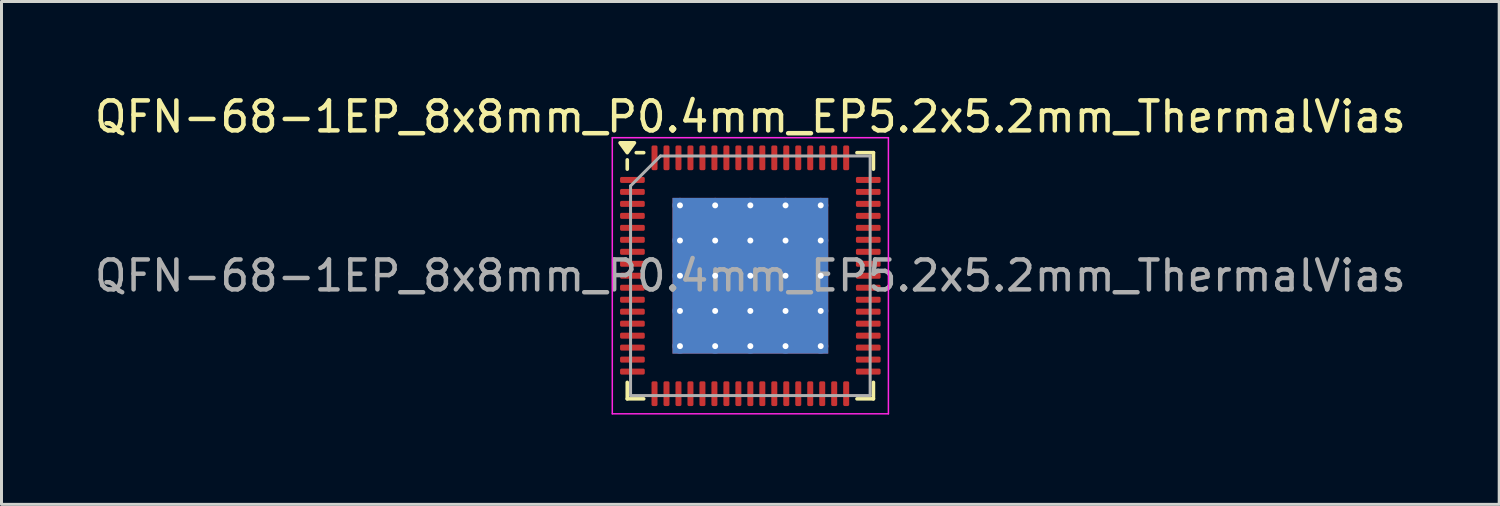
<source format=kicad_pcb>
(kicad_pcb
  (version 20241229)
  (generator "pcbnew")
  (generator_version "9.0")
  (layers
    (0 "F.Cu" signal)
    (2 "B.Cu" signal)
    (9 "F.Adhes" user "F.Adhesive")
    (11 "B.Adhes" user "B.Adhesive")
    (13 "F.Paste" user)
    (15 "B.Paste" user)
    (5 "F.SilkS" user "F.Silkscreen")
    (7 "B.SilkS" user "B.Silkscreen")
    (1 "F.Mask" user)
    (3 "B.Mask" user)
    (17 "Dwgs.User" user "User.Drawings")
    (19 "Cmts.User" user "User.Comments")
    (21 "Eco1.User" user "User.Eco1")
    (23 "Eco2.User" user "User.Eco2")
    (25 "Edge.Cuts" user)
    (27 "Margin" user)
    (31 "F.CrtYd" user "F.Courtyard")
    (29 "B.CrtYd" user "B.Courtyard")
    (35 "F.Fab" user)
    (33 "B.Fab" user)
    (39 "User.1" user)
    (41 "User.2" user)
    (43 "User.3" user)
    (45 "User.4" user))
  (footprint "QFN-68-1EP_8x8mm_P0.4mm_EP5.2x5.2mm_ThermalVias"
    (layer "F.Cu")
    (at 22.006 6.158)
    (property "Reference" "QFN-68-1EP_8x8mm_P0.4mm_EP5.2x5.2mm_ThermalVias" (at 0 -5.31 0) (layer "F.SilkS") (effects (font (size 1 1) (thickness 0.15))))
    (attr smd)
    (fp_line (start -4.11 -3.56) (end -4.11 -3.87) (stroke (width 0.12) (type solid)) (layer "F.SilkS"))
    (fp_line (start -4.11 4.11) (end -4.11 3.56) (stroke (width 0.12) (type solid)) (layer "F.SilkS"))
    (fp_line (start -3.56 -4.11) (end -3.81 -4.11) (stroke (width 0.12) (type solid)) (layer "F.SilkS"))
    (fp_line (start -3.56 4.11) (end -4.11 4.11) (stroke (width 0.12) (type solid)) (layer "F.SilkS"))
    (fp_line (start 3.56 -4.11) (end 4.11 -4.11) (stroke (width 0.12) (type solid)) (layer "F.SilkS"))
    (fp_line (start 3.56 4.11) (end 4.11 4.11) (stroke (width 0.12) (type solid)) (layer "F.SilkS"))
    (fp_line (start 4.11 -4.11) (end 4.11 -3.56) (stroke (width 0.12) (type solid)) (layer "F.SilkS"))
    (fp_line (start 4.11 4.11) (end 4.11 3.56) (stroke (width 0.12) (type solid)) (layer "F.SilkS"))
    (fp_poly (pts (xy -4.11 -4.11) (xy -4.35 -4.44) (xy -3.87 -4.44) (xy -4.11 -4.11)) (stroke (width 0.12) (type solid)) (fill yes) (layer "F.SilkS"))
    (fp_line (start -4.61 -4.61) (end -4.61 4.61) (stroke (width 0.05) (type solid)) (layer "F.CrtYd"))
    (fp_line (start -4.61 4.61) (end 4.61 4.61) (stroke (width 0.05) (type solid)) (layer "F.CrtYd"))
    (fp_line (start 4.61 -4.61) (end -4.61 -4.61) (stroke (width 0.05) (type solid)) (layer "F.CrtYd"))
    (fp_line (start 4.61 4.61) (end 4.61 -4.61) (stroke (width 0.05) (type solid)) (layer "F.CrtYd"))
    (fp_line (start -4 -3) (end -3 -4) (stroke (width 0.1) (type solid)) (layer "F.Fab"))
    (fp_line (start -4 4) (end -4 -3) (stroke (width 0.1) (type solid)) (layer "F.Fab"))
    (fp_line (start -3 -4) (end 4 -4) (stroke (width 0.1) (type solid)) (layer "F.Fab"))
    (fp_line (start 4 -4) (end 4 4) (stroke (width 0.1) (type solid)) (layer "F.Fab"))
    (fp_line (start 4 4) (end -4 4) (stroke (width 0.1) (type solid)) (layer "F.Fab"))
    (fp_text user "${REFERENCE}" (at 0 0 0) (layer "F.Fab") (effects (font (size 1 1) (thickness 0.15))))
    (pad "" smd roundrect (at -1.762 -1.762) (size 1.007 1.007) (layers "F.Paste") (roundrect_rratio 0.248))
    (pad "" smd roundrect (at -1.762 -0.588) (size 1.007 1.007) (layers "F.Paste") (roundrect_rratio 0.248))
    (pad "" smd roundrect (at -1.762 0.588) (size 1.007 1.007) (layers "F.Paste") (roundrect_rratio 0.248))
    (pad "" smd roundrect (at -1.762 1.762) (size 1.007 1.007) (layers "F.Paste") (roundrect_rratio 0.248))
    (pad "" smd roundrect (at -0.588 -1.762) (size 1.007 1.007) (layers "F.Paste") (roundrect_rratio 0.248))
    (pad "" smd roundrect (at -0.588 -0.588) (size 1.007 1.007) (layers "F.Paste") (roundrect_rratio 0.248))
    (pad "" smd roundrect (at -0.588 0.588) (size 1.007 1.007) (layers "F.Paste") (roundrect_rratio 0.248))
    (pad "" smd roundrect (at -0.588 1.762) (size 1.007 1.007) (layers "F.Paste") (roundrect_rratio 0.248))
    (pad "" smd roundrect (at 0.588 -1.762) (size 1.007 1.007) (layers "F.Paste") (roundrect_rratio 0.248))
    (pad "" smd roundrect (at 0.588 -0.588) (size 1.007 1.007) (layers "F.Paste") (roundrect_rratio 0.248))
    (pad "" smd roundrect (at 0.588 0.588) (size 1.007 1.007) (layers "F.Paste") (roundrect_rratio 0.248))
    (pad "" smd roundrect (at 0.588 1.762) (size 1.007 1.007) (layers "F.Paste") (roundrect_rratio 0.248))
    (pad "" smd roundrect (at 1.762 -1.762) (size 1.007 1.007) (layers "F.Paste") (roundrect_rratio 0.248))
    (pad "" smd roundrect (at 1.762 -0.588) (size 1.007 1.007) (layers "F.Paste") (roundrect_rratio 0.248))
    (pad "" smd roundrect (at 1.762 0.588) (size 1.007 1.007) (layers "F.Paste") (roundrect_rratio 0.248))
    (pad "" smd roundrect (at 1.762 1.762) (size 1.007 1.007) (layers "F.Paste") (roundrect_rratio 0.248))
    (pad "1" smd roundrect (at -3.938 -3.2) (size 0.825 0.2) (layers "F.Cu" "F.Mask" "F.Paste") (roundrect_rratio 0.25))
    (pad "2" smd roundrect (at -3.938 -2.8) (size 0.825 0.2) (layers "F.Cu" "F.Mask" "F.Paste") (roundrect_rratio 0.25))
    (pad "3" smd roundrect (at -3.938 -2.4) (size 0.825 0.2) (layers "F.Cu" "F.Mask" "F.Paste") (roundrect_rratio 0.25))
    (pad "4" smd roundrect (at -3.938 -2) (size 0.825 0.2) (layers "F.Cu" "F.Mask" "F.Paste") (roundrect_rratio 0.25))
    (pad "5" smd roundrect (at -3.938 -1.6) (size 0.825 0.2) (layers "F.Cu" "F.Mask" "F.Paste") (roundrect_rratio 0.25))
    (pad "6" smd roundrect (at -3.938 -1.2) (size 0.825 0.2) (layers "F.Cu" "F.Mask" "F.Paste") (roundrect_rratio 0.25))
    (pad "7" smd roundrect (at -3.938 -0.8) (size 0.825 0.2) (layers "F.Cu" "F.Mask" "F.Paste") (roundrect_rratio 0.25))
    (pad "8" smd roundrect (at -3.938 -0.4) (size 0.825 0.2) (layers "F.Cu" "F.Mask" "F.Paste") (roundrect_rratio 0.25))
    (pad "9" smd roundrect (at -3.938 0) (size 0.825 0.2) (layers "F.Cu" "F.Mask" "F.Paste") (roundrect_rratio 0.25))
    (pad "10" smd roundrect (at -3.938 0.4) (size 0.825 0.2) (layers "F.Cu" "F.Mask" "F.Paste") (roundrect_rratio 0.25))
    (pad "11" smd roundrect (at -3.938 0.8) (size 0.825 0.2) (layers "F.Cu" "F.Mask" "F.Paste") (roundrect_rratio 0.25))
    (pad "12" smd roundrect (at -3.938 1.2) (size 0.825 0.2) (layers "F.Cu" "F.Mask" "F.Paste") (roundrect_rratio 0.25))
    (pad "13" smd roundrect (at -3.938 1.6) (size 0.825 0.2) (layers "F.Cu" "F.Mask" "F.Paste") (roundrect_rratio 0.25))
    (pad "14" smd roundrect (at -3.938 2) (size 0.825 0.2) (layers "F.Cu" "F.Mask" "F.Paste") (roundrect_rratio 0.25))
    (pad "15" smd roundrect (at -3.938 2.4) (size 0.825 0.2) (layers "F.Cu" "F.Mask" "F.Paste") (roundrect_rratio 0.25))
    (pad "16" smd roundrect (at -3.938 2.8) (size 0.825 0.2) (layers "F.Cu" "F.Mask" "F.Paste") (roundrect_rratio 0.25))
    (pad "17" smd roundrect (at -3.938 3.2) (size 0.825 0.2) (layers "F.Cu" "F.Mask" "F.Paste") (roundrect_rratio 0.25))
    (pad "18" smd roundrect (at -3.2 3.938) (size 0.2 0.825) (layers "F.Cu" "F.Mask" "F.Paste") (roundrect_rratio 0.25))
    (pad "19" smd roundrect (at -2.8 3.938) (size 0.2 0.825) (layers "F.Cu" "F.Mask" "F.Paste") (roundrect_rratio 0.25))
    (pad "20" smd roundrect (at -2.4 3.938) (size 0.2 0.825) (layers "F.Cu" "F.Mask" "F.Paste") (roundrect_rratio 0.25))
    (pad "21" smd roundrect (at -2 3.938) (size 0.2 0.825) (layers "F.Cu" "F.Mask" "F.Paste") (roundrect_rratio 0.25))
    (pad "22" smd roundrect (at -1.6 3.938) (size 0.2 0.825) (layers "F.Cu" "F.Mask" "F.Paste") (roundrect_rratio 0.25))
    (pad "23" smd roundrect (at -1.2 3.938) (size 0.2 0.825) (layers "F.Cu" "F.Mask" "F.Paste") (roundrect_rratio 0.25))
    (pad "24" smd roundrect (at -0.8 3.938) (size 0.2 0.825) (layers "F.Cu" "F.Mask" "F.Paste") (roundrect_rratio 0.25))
    (pad "25" smd roundrect (at -0.4 3.938) (size 0.2 0.825) (layers "F.Cu" "F.Mask" "F.Paste") (roundrect_rratio 0.25))
    (pad "26" smd roundrect (at 0 3.938) (size 0.2 0.825) (layers "F.Cu" "F.Mask" "F.Paste") (roundrect_rratio 0.25))
    (pad "27" smd roundrect (at 0.4 3.938) (size 0.2 0.825) (layers "F.Cu" "F.Mask" "F.Paste") (roundrect_rratio 0.25))
    (pad "28" smd roundrect (at 0.8 3.938) (size 0.2 0.825) (layers "F.Cu" "F.Mask" "F.Paste") (roundrect_rratio 0.25))
    (pad "29" smd roundrect (at 1.2 3.938) (size 0.2 0.825) (layers "F.Cu" "F.Mask" "F.Paste") (roundrect_rratio 0.25))
    (pad "30" smd roundrect (at 1.6 3.938) (size 0.2 0.825) (layers "F.Cu" "F.Mask" "F.Paste") (roundrect_rratio 0.25))
    (pad "31" smd roundrect (at 2 3.938) (size 0.2 0.825) (layers "F.Cu" "F.Mask" "F.Paste") (roundrect_rratio 0.25))
    (pad "32" smd roundrect (at 2.4 3.938) (size 0.2 0.825) (layers "F.Cu" "F.Mask" "F.Paste") (roundrect_rratio 0.25))
    (pad "33" smd roundrect (at 2.8 3.938) (size 0.2 0.825) (layers "F.Cu" "F.Mask" "F.Paste") (roundrect_rratio 0.25))
    (pad "34" smd roundrect (at 3.2 3.938) (size 0.2 0.825) (layers "F.Cu" "F.Mask" "F.Paste") (roundrect_rratio 0.25))
    (pad "35" smd roundrect (at 3.938 3.2) (size 0.825 0.2) (layers "F.Cu" "F.Mask" "F.Paste") (roundrect_rratio 0.25))
    (pad "36" smd roundrect (at 3.938 2.8) (size 0.825 0.2) (layers "F.Cu" "F.Mask" "F.Paste") (roundrect_rratio 0.25))
    (pad "37" smd roundrect (at 3.938 2.4) (size 0.825 0.2) (layers "F.Cu" "F.Mask" "F.Paste") (roundrect_rratio 0.25))
    (pad "38" smd roundrect (at 3.938 2) (size 0.825 0.2) (layers "F.Cu" "F.Mask" "F.Paste") (roundrect_rratio 0.25))
    (pad "39" smd roundrect (at 3.938 1.6) (size 0.825 0.2) (layers "F.Cu" "F.Mask" "F.Paste") (roundrect_rratio 0.25))
    (pad "40" smd roundrect (at 3.938 1.2) (size 0.825 0.2) (layers "F.Cu" "F.Mask" "F.Paste") (roundrect_rratio 0.25))
    (pad "41" smd roundrect (at 3.938 0.8) (size 0.825 0.2) (layers "F.Cu" "F.Mask" "F.Paste") (roundrect_rratio 0.25))
    (pad "42" smd roundrect (at 3.938 0.4) (size 0.825 0.2) (layers "F.Cu" "F.Mask" "F.Paste") (roundrect_rratio 0.25))
    (pad "43" smd roundrect (at 3.938 0) (size 0.825 0.2) (layers "F.Cu" "F.Mask" "F.Paste") (roundrect_rratio 0.25))
    (pad "44" smd roundrect (at 3.938 -0.4) (size 0.825 0.2) (layers "F.Cu" "F.Mask" "F.Paste") (roundrect_rratio 0.25))
    (pad "45" smd roundrect (at 3.938 -0.8) (size 0.825 0.2) (layers "F.Cu" "F.Mask" "F.Paste") (roundrect_rratio 0.25))
    (pad "46" smd roundrect (at 3.938 -1.2) (size 0.825 0.2) (layers "F.Cu" "F.Mask" "F.Paste") (roundrect_rratio 0.25))
    (pad "47" smd roundrect (at 3.938 -1.6) (size 0.825 0.2) (layers "F.Cu" "F.Mask" "F.Paste") (roundrect_rratio 0.25))
    (pad "48" smd roundrect (at 3.938 -2) (size 0.825 0.2) (layers "F.Cu" "F.Mask" "F.Paste") (roundrect_rratio 0.25))
    (pad "49" smd roundrect (at 3.938 -2.4) (size 0.825 0.2) (layers "F.Cu" "F.Mask" "F.Paste") (roundrect_rratio 0.25))
    (pad "50" smd roundrect (at 3.938 -2.8) (size 0.825 0.2) (layers "F.Cu" "F.Mask" "F.Paste") (roundrect_rratio 0.25))
    (pad "51" smd roundrect (at 3.938 -3.2) (size 0.825 0.2) (layers "F.Cu" "F.Mask" "F.Paste") (roundrect_rratio 0.25))
    (pad "52" smd roundrect (at 3.2 -3.938) (size 0.2 0.825) (layers "F.Cu" "F.Mask" "F.Paste") (roundrect_rratio 0.25))
    (pad "53" smd roundrect (at 2.8 -3.938) (size 0.2 0.825) (layers "F.Cu" "F.Mask" "F.Paste") (roundrect_rratio 0.25))
    (pad "54" smd roundrect (at 2.4 -3.938) (size 0.2 0.825) (layers "F.Cu" "F.Mask" "F.Paste") (roundrect_rratio 0.25))
    (pad "55" smd roundrect (at 2 -3.938) (size 0.2 0.825) (layers "F.Cu" "F.Mask" "F.Paste") (roundrect_rratio 0.25))
    (pad "56" smd roundrect (at 1.6 -3.938) (size 0.2 0.825) (layers "F.Cu" "F.Mask" "F.Paste") (roundrect_rratio 0.25))
    (pad "57" smd roundrect (at 1.2 -3.938) (size 0.2 0.825) (layers "F.Cu" "F.Mask" "F.Paste") (roundrect_rratio 0.25))
    (pad "58" smd roundrect (at 0.8 -3.938) (size 0.2 0.825) (layers "F.Cu" "F.Mask" "F.Paste") (roundrect_rratio 0.25))
    (pad "59" smd roundrect (at 0.4 -3.938) (size 0.2 0.825) (layers "F.Cu" "F.Mask" "F.Paste") (roundrect_rratio 0.25))
    (pad "60" smd roundrect (at 0 -3.938) (size 0.2 0.825) (layers "F.Cu" "F.Mask" "F.Paste") (roundrect_rratio 0.25))
    (pad "61" smd roundrect (at -0.4 -3.938) (size 0.2 0.825) (layers "F.Cu" "F.Mask" "F.Paste") (roundrect_rratio 0.25))
    (pad "62" smd roundrect (at -0.8 -3.938) (size 0.2 0.825) (layers "F.Cu" "F.Mask" "F.Paste") (roundrect_rratio 0.25))
    (pad "63" smd roundrect (at -1.2 -3.938) (size 0.2 0.825) (layers "F.Cu" "F.Mask" "F.Paste") (roundrect_rratio 0.25))
    (pad "64" smd roundrect (at -1.6 -3.938) (size 0.2 0.825) (layers "F.Cu" "F.Mask" "F.Paste") (roundrect_rratio 0.25))
    (pad "65" smd roundrect (at -2 -3.938) (size 0.2 0.825) (layers "F.Cu" "F.Mask" "F.Paste") (roundrect_rratio 0.25))
    (pad "66" smd roundrect (at -2.4 -3.938) (size 0.2 0.825) (layers "F.Cu" "F.Mask" "F.Paste") (roundrect_rratio 0.25))
    (pad "67" smd roundrect (at -2.8 -3.938) (size 0.2 0.825) (layers "F.Cu" "F.Mask" "F.Paste") (roundrect_rratio 0.25))
    (pad "68" smd roundrect (at -3.2 -3.938) (size 0.2 0.825) (layers "F.Cu" "F.Mask" "F.Paste") (roundrect_rratio 0.25))
    (pad "69" thru_hole circle (at -2.35 -2.35) (size 0.5 0.5) (drill 0.2) (property pad_prop_heatsink) (layers "*.Cu"))
    (pad "69" thru_hole circle (at -2.35 -1.175) (size 0.5 0.5) (drill 0.2) (property pad_prop_heatsink) (layers "*.Cu"))
    (pad "69" thru_hole circle (at -2.35 0) (size 0.5 0.5) (drill 0.2) (property pad_prop_heatsink) (layers "*.Cu"))
    (pad "69" thru_hole circle (at -2.35 1.175) (size 0.5 0.5) (drill 0.2) (property pad_prop_heatsink) (layers "*.Cu"))
    (pad "69" thru_hole circle (at -2.35 2.35) (size 0.5 0.5) (drill 0.2) (property pad_prop_heatsink) (layers "*.Cu"))
    (pad "69" thru_hole circle (at -1.175 -2.35) (size 0.5 0.5) (drill 0.2) (property pad_prop_heatsink) (layers "*.Cu"))
    (pad "69" thru_hole circle (at -1.175 -1.175) (size 0.5 0.5) (drill 0.2) (property pad_prop_heatsink) (layers "*.Cu"))
    (pad "69" thru_hole circle (at -1.175 0) (size 0.5 0.5) (drill 0.2) (property pad_prop_heatsink) (layers "*.Cu"))
    (pad "69" thru_hole circle (at -1.175 1.175) (size 0.5 0.5) (drill 0.2) (property pad_prop_heatsink) (layers "*.Cu"))
    (pad "69" thru_hole circle (at -1.175 2.35) (size 0.5 0.5) (drill 0.2) (property pad_prop_heatsink) (layers "*.Cu"))
    (pad "69" thru_hole circle (at 0 -2.35) (size 0.5 0.5) (drill 0.2) (property pad_prop_heatsink) (layers "*.Cu"))
    (pad "69" thru_hole circle (at 0 -1.175) (size 0.5 0.5) (drill 0.2) (property pad_prop_heatsink) (layers "*.Cu"))
    (pad "69" thru_hole circle (at 0 0) (size 0.5 0.5) (drill 0.2) (property pad_prop_heatsink) (layers "*.Cu"))
    (pad "69" smd rect (at 0 0) (size 5.2 5.2) (property pad_prop_heatsink) (layers "F.Cu" "F.Mask"))
    (pad "69" smd rect (at 0 0) (size 5.2 5.2) (property pad_prop_heatsink) (layers "B.Cu"))
    (pad "69" thru_hole circle (at 0 1.175) (size 0.5 0.5) (drill 0.2) (property pad_prop_heatsink) (layers "*.Cu"))
    (pad "69" thru_hole circle (at 0 2.35) (size 0.5 0.5) (drill 0.2) (property pad_prop_heatsink) (layers "*.Cu"))
    (pad "69" thru_hole circle (at 1.175 -2.35) (size 0.5 0.5) (drill 0.2) (property pad_prop_heatsink) (layers "*.Cu"))
    (pad "69" thru_hole circle (at 1.175 -1.175) (size 0.5 0.5) (drill 0.2) (property pad_prop_heatsink) (layers "*.Cu"))
    (pad "69" thru_hole circle (at 1.175 0) (size 0.5 0.5) (drill 0.2) (property pad_prop_heatsink) (layers "*.Cu"))
    (pad "69" thru_hole circle (at 1.175 1.175) (size 0.5 0.5) (drill 0.2) (property pad_prop_heatsink) (layers "*.Cu"))
    (pad "69" thru_hole circle (at 1.175 2.35) (size 0.5 0.5) (drill 0.2) (property pad_prop_heatsink) (layers "*.Cu"))
    (pad "69" thru_hole circle (at 2.35 -2.35) (size 0.5 0.5) (drill 0.2) (property pad_prop_heatsink) (layers "*.Cu"))
    (pad "69" thru_hole circle (at 2.35 -1.175) (size 0.5 0.5) (drill 0.2) (property pad_prop_heatsink) (layers "*.Cu"))
    (pad "69" thru_hole circle (at 2.35 0) (size 0.5 0.5) (drill 0.2) (property pad_prop_heatsink) (layers "*.Cu"))
    (pad "69" thru_hole circle (at 2.35 1.175) (size 0.5 0.5) (drill 0.2) (property pad_prop_heatsink) (layers "*.Cu"))
    (pad "69" thru_hole circle (at 2.35 2.35) (size 0.5 0.5) (drill 0.2) (property pad_prop_heatsink) (layers "*.Cu")))
  (gr_rect
    (start -3 -3)
    (end 47.012 13.793)
    (stroke (width 0.1) (type default))
    (fill no)
    (layer "Edge.Cuts")))
</source>
